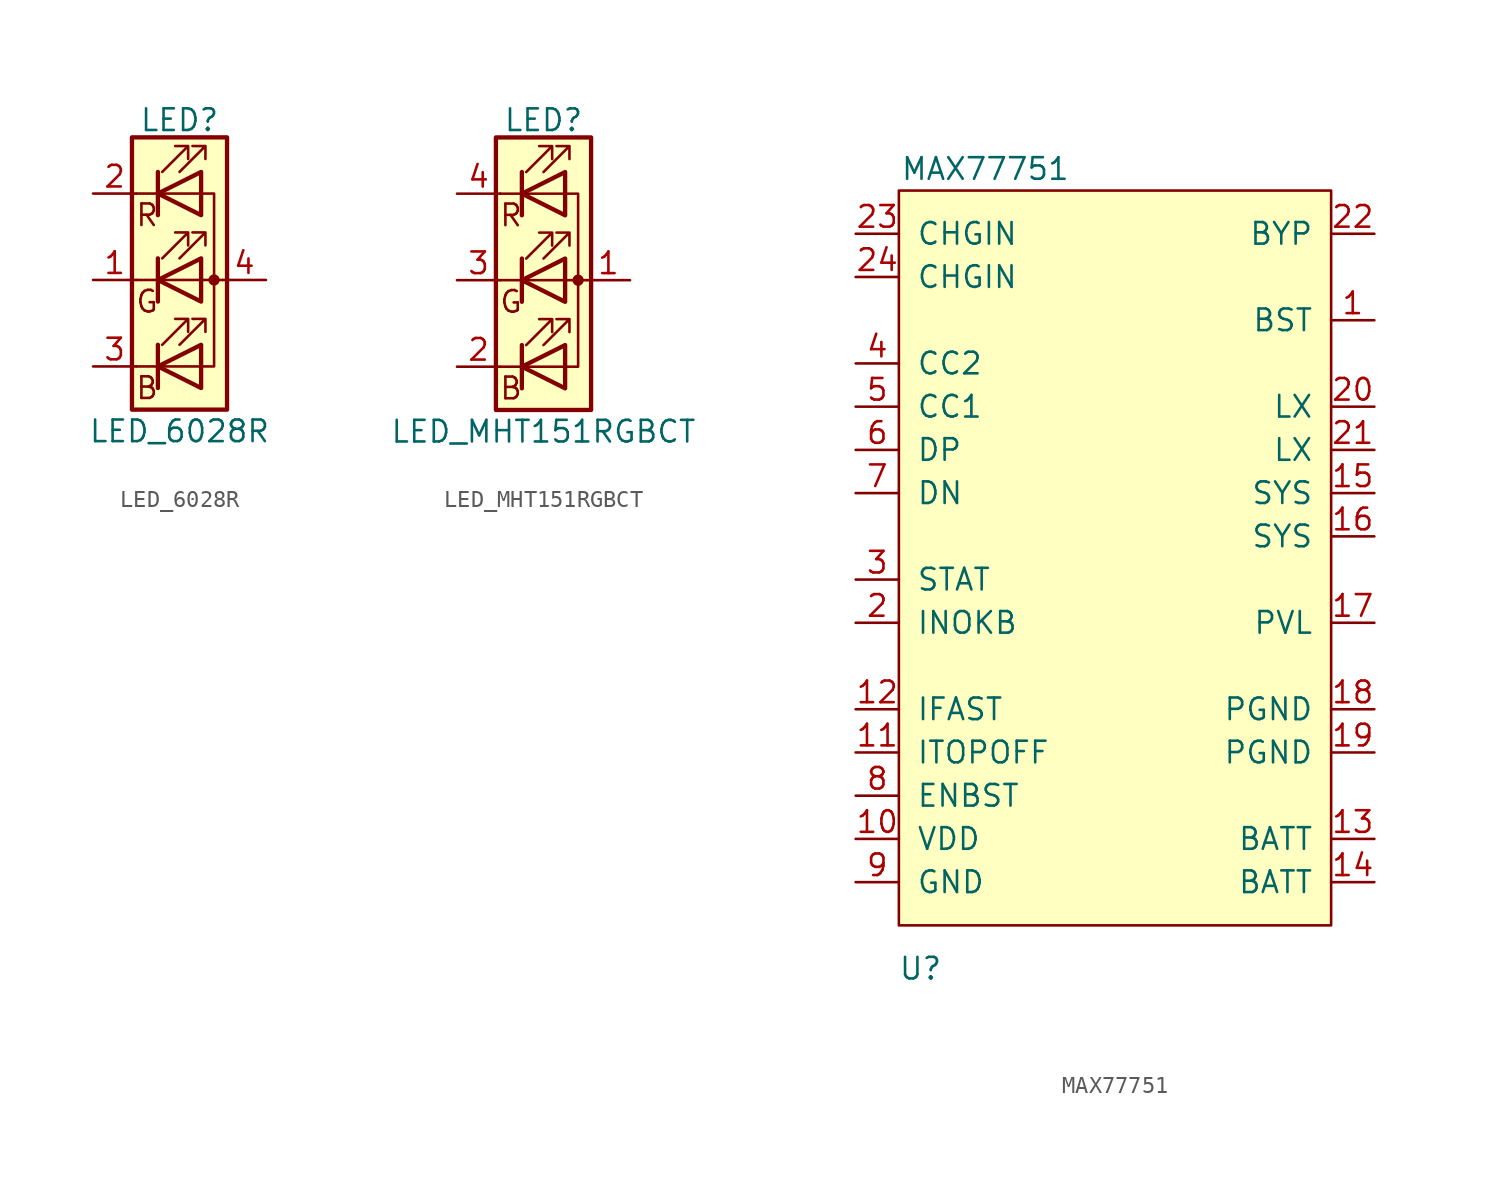
<source format=kicad_sym>
(kicad_symbol_lib
  (version 20220914)
  (generator kicad_symbol_editor)
  (symbol "LED_6028R"
    (pin_names
      (offset 0) hide)
    (property "Reference" "LED"
      (at 0 9.398 0)
      (effects (font (size 1.27 1.27))))
    (property "Value" "LED_6028R"
      (at 0 -8.89 0)
      (effects (font (size 1.27 1.27))))
    (symbol "LED_6028R_0_0"
      (text "B" (at -1.905 -6.35 0) (effects (font (size 1.27 1.27))))
      (text "G" (at -1.905 -1.27 0) (effects (font (size 1.27 1.27))))
      (text "R" (at -1.905 3.81 0) (effects (font (size 1.27 1.27)))))
    (symbol "LED_6028R_0_1"
      (polyline (pts (xy -1.27 -5.08) (xy -2.54 -5.08)) (stroke (width 0) (type default)) (fill (type none)))
      (polyline (pts (xy -1.27 -5.08) (xy 1.27 -5.08)) (stroke (width 0) (type default)) (fill (type none)))
      (polyline (pts (xy -1.27 -3.81) (xy -1.27 -6.35)) (stroke (width 0.254) (type default)) (fill (type none)))
      (polyline (pts (xy -1.27 0) (xy -2.54 0)) (stroke (width 0) (type default)) (fill (type none)))
      (polyline (pts (xy -1.27 1.27) (xy -1.27 -1.27)) (stroke (width 0.254) (type default)) (fill (type none)))
      (polyline (pts (xy -1.27 5.08) (xy -2.54 5.08)) (stroke (width 0) (type default)) (fill (type none)))
      (polyline (pts (xy -1.27 5.08) (xy 1.27 5.08)) (stroke (width 0) (type default)) (fill (type none)))
      (polyline (pts (xy -1.27 6.35) (xy -1.27 3.81)) (stroke (width 0.254) (type default)) (fill (type none)))
      (polyline (pts (xy 1.27 0) (xy -1.27 0)) (stroke (width 0) (type default)) (fill (type none)))
      (polyline (pts (xy 1.27 0) (xy 2.54 0)) (stroke (width 0) (type default)) (fill (type none)))
      (polyline (pts (xy -1.27 1.27) (xy -1.27 -1.27) (xy -1.27 -1.27)) (stroke (width 0) (type default)) (fill (type none)))
      (polyline (pts (xy -1.27 6.35) (xy -1.27 3.81) (xy -1.27 3.81)) (stroke (width 0) (type default)) (fill (type none)))
      (polyline (pts (xy 1.27 -5.08) (xy 2.032 -5.08) (xy 2.032 5.08) (xy 1.27 5.08)) (stroke (width 0) (type default)) (fill (type none)))
      (polyline (pts (xy 1.27 -3.81) (xy 1.27 -6.35) (xy -1.27 -5.08) (xy 1.27 -3.81)) (stroke (width 0.254) (type default)) (fill (type none)))
      (polyline (pts (xy 1.27 1.27) (xy 1.27 -1.27) (xy -1.27 0) (xy 1.27 1.27)) (stroke (width 0.254) (type default)) (fill (type none)))
      (polyline (pts (xy 1.27 6.35) (xy 1.27 3.81) (xy -1.27 5.08) (xy 1.27 6.35)) (stroke (width 0.254) (type default)) (fill (type none)))
      (polyline (pts (xy -1.016 -3.81) (xy 0.508 -2.286) (xy -0.254 -2.286) (xy 0.508 -2.286) (xy 0.508 -3.048)) (stroke (width 0) (type default)) (fill (type none)))
      (polyline (pts (xy -1.016 1.27) (xy 0.508 2.794) (xy -0.254 2.794) (xy 0.508 2.794) (xy 0.508 2.032)) (stroke (width 0) (type default)) (fill (type none)))
      (polyline (pts (xy -1.016 6.35) (xy 0.508 7.874) (xy -0.254 7.874) (xy 0.508 7.874) (xy 0.508 7.112)) (stroke (width 0) (type default)) (fill (type none)))
      (polyline (pts (xy 0 -3.81) (xy 1.524 -2.286) (xy 0.762 -2.286) (xy 1.524 -2.286) (xy 1.524 -3.048)) (stroke (width 0) (type default)) (fill (type none)))
      (polyline (pts (xy 0 1.27) (xy 1.524 2.794) (xy 0.762 2.794) (xy 1.524 2.794) (xy 1.524 2.032)) (stroke (width 0) (type default)) (fill (type none)))
      (polyline (pts (xy 0 6.35) (xy 1.524 7.874) (xy 0.762 7.874) (xy 1.524 7.874) (xy 1.524 7.112)) (stroke (width 0) (type default)) (fill (type none)))
      (rectangle (start 1.27 -1.27) (end 1.27 1.27) (stroke (width 0) (type default)) (fill (type none)))
      (rectangle (start 1.27 1.27) (end 1.27 1.27) (stroke (width 0) (type default)) (fill (type none)))
      (rectangle (start 1.27 3.81) (end 1.27 6.35) (stroke (width 0) (type default)) (fill (type none)))
      (rectangle (start 1.27 6.35) (end 1.27 6.35) (stroke (width 0) (type default)) (fill (type none)))
      (circle (center 2.032 0) (radius 0.254) (stroke (width 0) (type default)) (fill (type outline)))
      (rectangle (start 2.794 8.382) (end -2.794 -7.62) (stroke (width 0.254) (type default)) (fill (type background))))
    (symbol "LED_6028R_1_1"
      (pin passive line (at -5.08 0 0) (length 2.54) (name "GK" (effects (font (size 1.27 1.27)))) (number "1" (effects (font (size 1.27 1.27)))))
      (pin passive line (at -5.08 5.08 0) (length 2.54) (name "RK" (effects (font (size 1.27 1.27)))) (number "2" (effects (font (size 1.27 1.27)))))
      (pin passive line (at -5.08 -5.08 0) (length 2.54) (name "BK" (effects (font (size 1.27 1.27)))) (number "3" (effects (font (size 1.27 1.27)))))
      (pin passive line (at 5.08 0 180) (length 2.54) (name "A" (effects (font (size 1.27 1.27)))) (number "4" (effects (font (size 1.27 1.27)))))))
  (symbol "LED_MHT151RGBCT"
    (pin_names
      (offset 0) hide)
    (property "Reference" "LED"
      (at 0 9.398 0)
      (effects (font (size 1.27 1.27))))
    (property "Value" "LED_MHT151RGBCT"
      (at 0 -8.89 0)
      (effects (font (size 1.27 1.27))))
    (symbol "LED_MHT151RGBCT_0_0"
      (text "B" (at -1.905 -6.35 0) (effects (font (size 1.27 1.27))))
      (text "G" (at -1.905 -1.27 0) (effects (font (size 1.27 1.27))))
      (text "R" (at -1.905 3.81 0) (effects (font (size 1.27 1.27)))))
    (symbol "LED_MHT151RGBCT_0_1"
      (polyline (pts (xy -1.27 -5.08) (xy -2.54 -5.08)) (stroke (width 0) (type default)) (fill (type none)))
      (polyline (pts (xy -1.27 -5.08) (xy 1.27 -5.08)) (stroke (width 0) (type default)) (fill (type none)))
      (polyline (pts (xy -1.27 -3.81) (xy -1.27 -6.35)) (stroke (width 0.254) (type default)) (fill (type none)))
      (polyline (pts (xy -1.27 0) (xy -2.54 0)) (stroke (width 0) (type default)) (fill (type none)))
      (polyline (pts (xy -1.27 1.27) (xy -1.27 -1.27)) (stroke (width 0.254) (type default)) (fill (type none)))
      (polyline (pts (xy -1.27 5.08) (xy -2.54 5.08)) (stroke (width 0) (type default)) (fill (type none)))
      (polyline (pts (xy -1.27 5.08) (xy 1.27 5.08)) (stroke (width 0) (type default)) (fill (type none)))
      (polyline (pts (xy -1.27 6.35) (xy -1.27 3.81)) (stroke (width 0.254) (type default)) (fill (type none)))
      (polyline (pts (xy 1.27 0) (xy -1.27 0)) (stroke (width 0) (type default)) (fill (type none)))
      (polyline (pts (xy 1.27 0) (xy 2.54 0)) (stroke (width 0) (type default)) (fill (type none)))
      (polyline (pts (xy -1.27 1.27) (xy -1.27 -1.27) (xy -1.27 -1.27)) (stroke (width 0) (type default)) (fill (type none)))
      (polyline (pts (xy -1.27 6.35) (xy -1.27 3.81) (xy -1.27 3.81)) (stroke (width 0) (type default)) (fill (type none)))
      (polyline (pts (xy 1.27 -5.08) (xy 2.032 -5.08) (xy 2.032 5.08) (xy 1.27 5.08)) (stroke (width 0) (type default)) (fill (type none)))
      (polyline (pts (xy 1.27 -3.81) (xy 1.27 -6.35) (xy -1.27 -5.08) (xy 1.27 -3.81)) (stroke (width 0.254) (type default)) (fill (type none)))
      (polyline (pts (xy 1.27 1.27) (xy 1.27 -1.27) (xy -1.27 0) (xy 1.27 1.27)) (stroke (width 0.254) (type default)) (fill (type none)))
      (polyline (pts (xy 1.27 6.35) (xy 1.27 3.81) (xy -1.27 5.08) (xy 1.27 6.35)) (stroke (width 0.254) (type default)) (fill (type none)))
      (polyline (pts (xy -1.016 -3.81) (xy 0.508 -2.286) (xy -0.254 -2.286) (xy 0.508 -2.286) (xy 0.508 -3.048)) (stroke (width 0) (type default)) (fill (type none)))
      (polyline (pts (xy -1.016 1.27) (xy 0.508 2.794) (xy -0.254 2.794) (xy 0.508 2.794) (xy 0.508 2.032)) (stroke (width 0) (type default)) (fill (type none)))
      (polyline (pts (xy -1.016 6.35) (xy 0.508 7.874) (xy -0.254 7.874) (xy 0.508 7.874) (xy 0.508 7.112)) (stroke (width 0) (type default)) (fill (type none)))
      (polyline (pts (xy 0 -3.81) (xy 1.524 -2.286) (xy 0.762 -2.286) (xy 1.524 -2.286) (xy 1.524 -3.048)) (stroke (width 0) (type default)) (fill (type none)))
      (polyline (pts (xy 0 1.27) (xy 1.524 2.794) (xy 0.762 2.794) (xy 1.524 2.794) (xy 1.524 2.032)) (stroke (width 0) (type default)) (fill (type none)))
      (polyline (pts (xy 0 6.35) (xy 1.524 7.874) (xy 0.762 7.874) (xy 1.524 7.874) (xy 1.524 7.112)) (stroke (width 0) (type default)) (fill (type none)))
      (rectangle (start 1.27 -1.27) (end 1.27 1.27) (stroke (width 0) (type default)) (fill (type none)))
      (rectangle (start 1.27 1.27) (end 1.27 1.27) (stroke (width 0) (type default)) (fill (type none)))
      (rectangle (start 1.27 3.81) (end 1.27 6.35) (stroke (width 0) (type default)) (fill (type none)))
      (rectangle (start 1.27 6.35) (end 1.27 6.35) (stroke (width 0) (type default)) (fill (type none)))
      (circle (center 2.032 0) (radius 0.254) (stroke (width 0) (type default)) (fill (type outline)))
      (rectangle (start 2.794 8.382) (end -2.794 -7.62) (stroke (width 0.254) (type default)) (fill (type background))))
    (symbol "LED_MHT151RGBCT_1_1"
      (pin passive line (at 5.08 0 180) (length 2.54) (name "A" (effects (font (size 1.27 1.27)))) (number "1" (effects (font (size 1.27 1.27)))))
      (pin passive line (at -5.08 -5.08 0) (length 2.54) (name "BK" (effects (font (size 1.27 1.27)))) (number "2" (effects (font (size 1.27 1.27)))))
      (pin passive line (at -5.08 0 0) (length 2.54) (name "GK" (effects (font (size 1.27 1.27)))) (number "3" (effects (font (size 1.27 1.27)))))
      (pin passive line (at -5.08 5.08 0) (length 2.54) (name "RK" (effects (font (size 1.27 1.27)))) (number "4" (effects (font (size 1.27 1.27)))))))
  (symbol "MAX77751"
    (pin_names
      (offset 1.016))
    (property "Reference" "U"
      (at -11.43 -27.94 0)
      (effects (font (size 1.27 1.27))))
    (property "Value" "MAX77751"
      (at -7.62 19.05 0)
      (effects (font (size 1.27 1.27))))
    (symbol "MAX77751_0_1"
      (rectangle (start -12.7 17.78) (end 12.7 -25.4) (stroke (width 0) (type default)) (fill (type background))))
    (symbol "MAX77751_1_1"
      (pin power_out line (at 15.24 10.16 180) (length 2.54) (name "BST" (effects (font (size 1.27 1.27)))) (number "1" (effects (font (size 1.27 1.27)))))
      (pin power_out line (at -15.24 -20.32 0) (length 2.54) (name "VDD" (effects (font (size 1.27 1.27)))) (number "10" (effects (font (size 1.27 1.27)))))
      (pin input line (at -15.24 -15.24 0) (length 2.54) (name "ITOPOFF" (effects (font (size 1.27 1.27)))) (number "11" (effects (font (size 1.27 1.27)))))
      (pin input line (at -15.24 -12.7 0) (length 2.54) (name "IFAST" (effects (font (size 1.27 1.27)))) (number "12" (effects (font (size 1.27 1.27)))))
      (pin power_out line (at 15.24 -20.32 180) (length 2.54) (name "BATT" (effects (font (size 1.27 1.27)))) (number "13" (effects (font (size 1.27 1.27)))))
      (pin power_out line (at 15.24 -22.86 180) (length 2.54) (name "BATT" (effects (font (size 1.27 1.27)))) (number "14" (effects (font (size 1.27 1.27)))))
      (pin power_out line (at 15.24 0 180) (length 2.54) (name "SYS" (effects (font (size 1.27 1.27)))) (number "15" (effects (font (size 1.27 1.27)))))
      (pin power_out line (at 15.24 -2.54 180) (length 2.54) (name "SYS" (effects (font (size 1.27 1.27)))) (number "16" (effects (font (size 1.27 1.27)))))
      (pin power_in line (at 15.24 -7.62 180) (length 2.54) (name "PVL" (effects (font (size 1.27 1.27)))) (number "17" (effects (font (size 1.27 1.27)))))
      (pin power_in line (at 15.24 -12.7 180) (length 2.54) (name "PGND" (effects (font (size 1.27 1.27)))) (number "18" (effects (font (size 1.27 1.27)))))
      (pin power_in line (at 15.24 -15.24 180) (length 2.54) (name "PGND" (effects (font (size 1.27 1.27)))) (number "19" (effects (font (size 1.27 1.27)))))
      (pin open_collector line (at -15.24 -7.62 0) (length 2.54) (name "INOKB" (effects (font (size 1.27 1.27)))) (number "2" (effects (font (size 1.27 1.27)))))
      (pin power_out line (at 15.24 5.08 180) (length 2.54) (name "LX" (effects (font (size 1.27 1.27)))) (number "20" (effects (font (size 1.27 1.27)))))
      (pin power_out line (at 15.24 2.54 180) (length 2.54) (name "LX" (effects (font (size 1.27 1.27)))) (number "21" (effects (font (size 1.27 1.27)))))
      (pin power_in line (at 15.24 15.24 180) (length 2.54) (name "BYP" (effects (font (size 1.27 1.27)))) (number "22" (effects (font (size 1.27 1.27)))))
      (pin power_in line (at -15.24 15.24 0) (length 2.54) (name "CHGIN" (effects (font (size 1.27 1.27)))) (number "23" (effects (font (size 1.27 1.27)))))
      (pin power_in line (at -15.24 12.7 0) (length 2.54) (name "CHGIN" (effects (font (size 1.27 1.27)))) (number "24" (effects (font (size 1.27 1.27)))))
      (pin open_collector line (at -15.24 -5.08 0) (length 2.54) (name "STAT" (effects (font (size 1.27 1.27)))) (number "3" (effects (font (size 1.27 1.27)))))
      (pin input line (at -15.24 7.62 0) (length 2.54) (name "CC2" (effects (font (size 1.27 1.27)))) (number "4" (effects (font (size 1.27 1.27)))))
      (pin input line (at -15.24 5.08 0) (length 2.54) (name "CC1" (effects (font (size 1.27 1.27)))) (number "5" (effects (font (size 1.27 1.27)))))
      (pin bidirectional line (at -15.24 2.54 0) (length 2.54) (name "DP" (effects (font (size 1.27 1.27)))) (number "6" (effects (font (size 1.27 1.27)))))
      (pin bidirectional line (at -15.24 0 0) (length 2.54) (name "DN" (effects (font (size 1.27 1.27)))) (number "7" (effects (font (size 1.27 1.27)))))
      (pin input line (at -15.24 -17.78 0) (length 2.54) (name "ENBST" (effects (font (size 1.27 1.27)))) (number "8" (effects (font (size 1.27 1.27)))))
      (pin power_in line (at -15.24 -22.86 0) (length 2.54) (name "GND" (effects (font (size 1.27 1.27)))) (number "9" (effects (font (size 1.27 1.27))))))))
</source>
